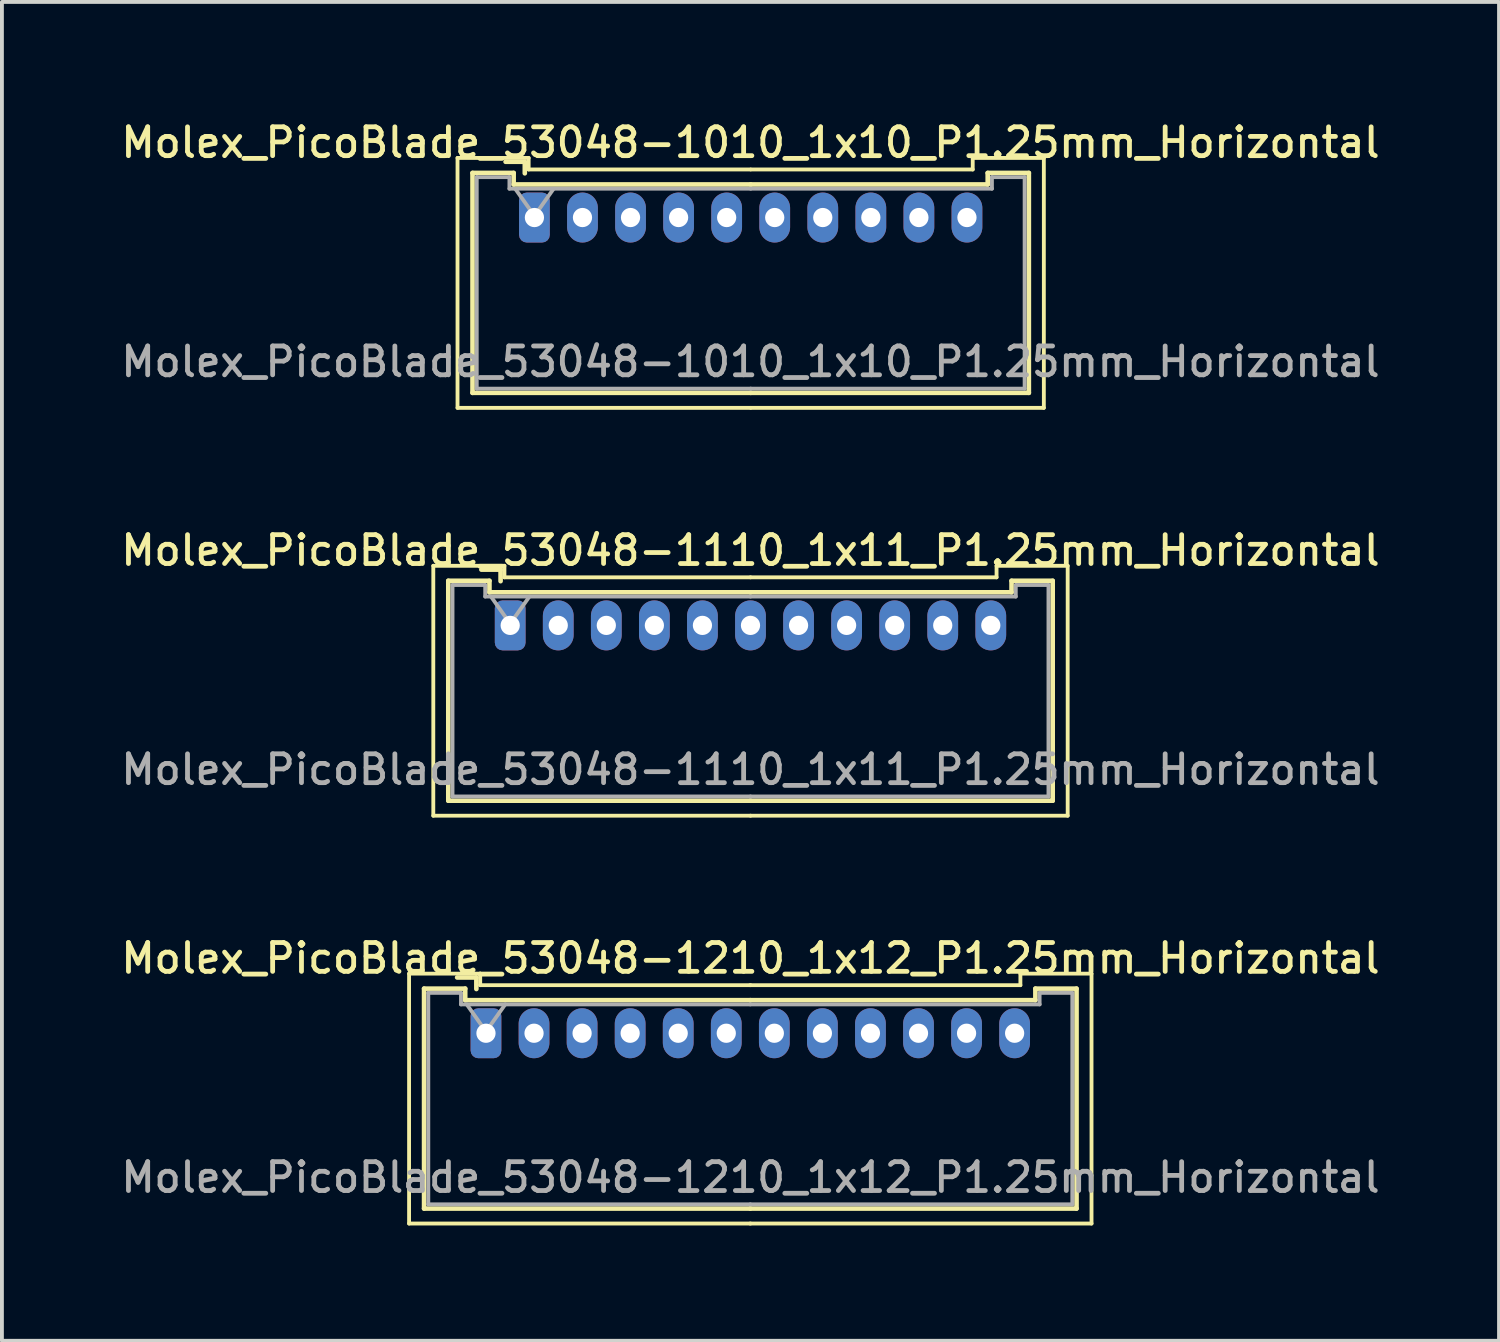
<source format=kicad_pcb>
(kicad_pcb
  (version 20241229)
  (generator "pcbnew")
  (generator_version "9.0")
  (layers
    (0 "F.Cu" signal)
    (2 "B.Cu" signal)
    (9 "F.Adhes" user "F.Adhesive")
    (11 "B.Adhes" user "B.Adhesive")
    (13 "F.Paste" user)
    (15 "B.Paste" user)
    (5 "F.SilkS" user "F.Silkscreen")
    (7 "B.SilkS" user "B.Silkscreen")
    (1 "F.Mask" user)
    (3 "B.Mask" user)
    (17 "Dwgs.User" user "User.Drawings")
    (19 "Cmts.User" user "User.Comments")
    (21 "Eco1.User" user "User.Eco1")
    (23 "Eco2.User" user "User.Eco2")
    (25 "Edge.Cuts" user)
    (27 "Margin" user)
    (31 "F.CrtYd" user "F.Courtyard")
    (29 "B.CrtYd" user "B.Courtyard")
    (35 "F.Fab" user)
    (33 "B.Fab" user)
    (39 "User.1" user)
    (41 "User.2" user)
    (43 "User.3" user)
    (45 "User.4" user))
  (footprint "Molex_PicoBlade_53048-1110_1x11_P1.25mm_Horizontal"
    (layer "F.Cu")
    (at 10.22 13.216)
    (property "Reference" "Molex_PicoBlade_53048-1110_1x11_P1.25mm_Horizontal" (at 6.25 -1.95 0) (layer "F.SilkS") (effects (font (size 0.75 0.75) (thickness 0.125))))
    (attr through_hole)
    (fp_line (start -2 -1.55) (end -2 4.95) (stroke (width 0.1) (type solid)) (layer "F.SilkS"))
    (fp_line (start -2 4.95) (end 6.25 4.95) (stroke (width 0.1) (type solid)) (layer "F.SilkS"))
    (fp_line (start -1.61 -1.16) (end -1.61 4.56) (stroke (width 0.12) (type solid)) (layer "F.SilkS"))
    (fp_line (start -1.61 4.56) (end 6.25 4.56) (stroke (width 0.12) (type solid)) (layer "F.SilkS"))
    (fp_line (start -0.54 -1.16) (end -1.61 -1.16) (stroke (width 0.12) (type solid)) (layer "F.SilkS"))
    (fp_line (start -0.54 -0.86) (end -0.54 -1.16) (stroke (width 0.12) (type solid)) (layer "F.SilkS"))
    (fp_line (start -0.25 -1.45) (end -0.75 -1.45) (stroke (width 0.12) (type solid)) (layer "F.SilkS"))
    (fp_line (start -0.25 -1.15) (end -0.25 -1.45) (stroke (width 0.12) (type solid)) (layer "F.SilkS"))
    (fp_line (start -0.15 -1.55) (end -2 -1.55) (stroke (width 0.1) (type solid)) (layer "F.SilkS"))
    (fp_line (start -0.15 -1.25) (end -0.15 -1.55) (stroke (width 0.1) (type solid)) (layer "F.SilkS"))
    (fp_line (start 6.25 -1.25) (end -0.15 -1.25) (stroke (width 0.1) (type solid)) (layer "F.SilkS"))
    (fp_line (start 6.25 -1.25) (end 12.65 -1.25) (stroke (width 0.1) (type solid)) (layer "F.SilkS"))
    (fp_line (start 6.25 -0.86) (end -0.54 -0.86) (stroke (width 0.12) (type solid)) (layer "F.SilkS"))
    (fp_line (start 6.25 -0.86) (end 13.04 -0.86) (stroke (width 0.12) (type solid)) (layer "F.SilkS"))
    (fp_line (start 12.65 -1.55) (end 14.5 -1.55) (stroke (width 0.1) (type solid)) (layer "F.SilkS"))
    (fp_line (start 12.65 -1.25) (end 12.65 -1.55) (stroke (width 0.1) (type solid)) (layer "F.SilkS"))
    (fp_line (start 13.04 -1.16) (end 14.11 -1.16) (stroke (width 0.12) (type solid)) (layer "F.SilkS"))
    (fp_line (start 13.04 -0.86) (end 13.04 -1.16) (stroke (width 0.12) (type solid)) (layer "F.SilkS"))
    (fp_line (start 14.11 -1.16) (end 14.11 4.56) (stroke (width 0.12) (type solid)) (layer "F.SilkS"))
    (fp_line (start 14.11 4.56) (end 6.25 4.56) (stroke (width 0.12) (type solid)) (layer "F.SilkS"))
    (fp_line (start 14.5 -1.55) (end 14.5 4.95) (stroke (width 0.1) (type solid)) (layer "F.SilkS"))
    (fp_line (start 14.5 4.95) (end 6.25 4.95) (stroke (width 0.1) (type solid)) (layer "F.SilkS"))
    (fp_line (start -1.5 -1.05) (end -1.5 4.45) (stroke (width 0.1) (type solid)) (layer "F.Fab"))
    (fp_line (start -1.5 4.45) (end 6.25 4.45) (stroke (width 0.1) (type solid)) (layer "F.Fab"))
    (fp_line (start -0.65 -1.05) (end -1.5 -1.05) (stroke (width 0.1) (type solid)) (layer "F.Fab"))
    (fp_line (start -0.65 -0.75) (end -0.65 -1.05) (stroke (width 0.1) (type solid)) (layer "F.Fab"))
    (fp_line (start -0.5 -0.75) (end 0 -0.043) (stroke (width 0.1) (type solid)) (layer "F.Fab"))
    (fp_line (start 0 -0.043) (end 0.5 -0.75) (stroke (width 0.1) (type solid)) (layer "F.Fab"))
    (fp_line (start 6.25 -0.75) (end -0.65 -0.75) (stroke (width 0.1) (type solid)) (layer "F.Fab"))
    (fp_line (start 6.25 -0.75) (end 13.15 -0.75) (stroke (width 0.1) (type solid)) (layer "F.Fab"))
    (fp_line (start 13.15 -1.05) (end 14 -1.05) (stroke (width 0.1) (type solid)) (layer "F.Fab"))
    (fp_line (start 13.15 -0.75) (end 13.15 -1.05) (stroke (width 0.1) (type solid)) (layer "F.Fab"))
    (fp_line (start 14 -1.05) (end 14 4.45) (stroke (width 0.1) (type solid)) (layer "F.Fab"))
    (fp_line (start 14 4.45) (end 6.25 4.45) (stroke (width 0.1) (type solid)) (layer "F.Fab"))
    (fp_text user "${REFERENCE}" (at 6.25 3.75 0) (layer "F.Fab") (effects (font (size 0.75 0.75) (thickness 0.125))))
    (pad "1" thru_hole roundrect (at 0 0) (size 0.8 1.3) (drill 0.5) (layers "*.Cu" "*.Mask") (roundrect_rratio 0.25))
    (pad "2" thru_hole oval (at 1.25 0) (size 0.8 1.3) (drill 0.5) (layers "*.Cu" "*.Mask"))
    (pad "3" thru_hole oval (at 2.5 0) (size 0.8 1.3) (drill 0.5) (layers "*.Cu" "*.Mask"))
    (pad "4" thru_hole oval (at 3.75 0) (size 0.8 1.3) (drill 0.5) (layers "*.Cu" "*.Mask"))
    (pad "5" thru_hole oval (at 5 0) (size 0.8 1.3) (drill 0.5) (layers "*.Cu" "*.Mask"))
    (pad "6" thru_hole oval (at 6.25 0) (size 0.8 1.3) (drill 0.5) (layers "*.Cu" "*.Mask"))
    (pad "7" thru_hole oval (at 7.5 0) (size 0.8 1.3) (drill 0.5) (layers "*.Cu" "*.Mask"))
    (pad "8" thru_hole oval (at 8.75 0) (size 0.8 1.3) (drill 0.5) (layers "*.Cu" "*.Mask"))
    (pad "9" thru_hole oval (at 10 0) (size 0.8 1.3) (drill 0.5) (layers "*.Cu" "*.Mask"))
    (pad "10" thru_hole oval (at 11.25 0) (size 0.8 1.3) (drill 0.5) (layers "*.Cu" "*.Mask"))
    (pad "11" thru_hole oval (at 12.5 0) (size 0.8 1.3) (drill 0.5) (layers "*.Cu" "*.Mask")))
  (footprint "Molex_PicoBlade_53048-1210_1x12_P1.25mm_Horizontal"
    (layer "F.Cu")
    (at 9.59 23.824)
    (property "Reference" "Molex_PicoBlade_53048-1210_1x12_P1.25mm_Horizontal" (at 6.88 -1.95 0) (layer "F.SilkS") (effects (font (size 0.75 0.75) (thickness 0.125))))
    (attr through_hole)
    (fp_line (start -2 -1.55) (end -2 4.95) (stroke (width 0.1) (type solid)) (layer "F.SilkS"))
    (fp_line (start -2 4.95) (end 6.88 4.95) (stroke (width 0.1) (type solid)) (layer "F.SilkS"))
    (fp_line (start -1.61 -1.16) (end -1.61 4.56) (stroke (width 0.12) (type solid)) (layer "F.SilkS"))
    (fp_line (start -1.61 4.56) (end 6.875 4.56) (stroke (width 0.12) (type solid)) (layer "F.SilkS"))
    (fp_line (start -0.54 -1.16) (end -1.61 -1.16) (stroke (width 0.12) (type solid)) (layer "F.SilkS"))
    (fp_line (start -0.54 -0.86) (end -0.54 -1.16) (stroke (width 0.12) (type solid)) (layer "F.SilkS"))
    (fp_line (start -0.25 -1.45) (end -0.75 -1.45) (stroke (width 0.12) (type solid)) (layer "F.SilkS"))
    (fp_line (start -0.25 -1.15) (end -0.25 -1.45) (stroke (width 0.12) (type solid)) (layer "F.SilkS"))
    (fp_line (start -0.15 -1.55) (end -2 -1.55) (stroke (width 0.1) (type solid)) (layer "F.SilkS"))
    (fp_line (start -0.15 -1.25) (end -0.15 -1.55) (stroke (width 0.1) (type solid)) (layer "F.SilkS"))
    (fp_line (start 6.87 -1.25) (end 13.9 -1.25) (stroke (width 0.1) (type solid)) (layer "F.SilkS"))
    (fp_line (start 6.875 -0.86) (end -0.54 -0.86) (stroke (width 0.12) (type solid)) (layer "F.SilkS"))
    (fp_line (start 6.875 -0.86) (end 14.29 -0.86) (stroke (width 0.12) (type solid)) (layer "F.SilkS"))
    (fp_line (start 6.88 -1.25) (end -0.15 -1.25) (stroke (width 0.1) (type solid)) (layer "F.SilkS"))
    (fp_line (start 13.9 -1.55) (end 15.75 -1.55) (stroke (width 0.1) (type solid)) (layer "F.SilkS"))
    (fp_line (start 13.9 -1.25) (end 13.9 -1.55) (stroke (width 0.1) (type solid)) (layer "F.SilkS"))
    (fp_line (start 14.29 -1.16) (end 15.36 -1.16) (stroke (width 0.12) (type solid)) (layer "F.SilkS"))
    (fp_line (start 14.29 -0.86) (end 14.29 -1.16) (stroke (width 0.12) (type solid)) (layer "F.SilkS"))
    (fp_line (start 15.36 -1.16) (end 15.36 4.56) (stroke (width 0.12) (type solid)) (layer "F.SilkS"))
    (fp_line (start 15.36 4.56) (end 6.875 4.56) (stroke (width 0.12) (type solid)) (layer "F.SilkS"))
    (fp_line (start 15.75 -1.55) (end 15.75 4.95) (stroke (width 0.1) (type solid)) (layer "F.SilkS"))
    (fp_line (start 15.75 4.95) (end 6.87 4.95) (stroke (width 0.1) (type solid)) (layer "F.SilkS"))
    (fp_line (start -1.5 -1.05) (end -1.5 4.45) (stroke (width 0.1) (type solid)) (layer "F.Fab"))
    (fp_line (start -1.5 4.45) (end 6.875 4.45) (stroke (width 0.1) (type solid)) (layer "F.Fab"))
    (fp_line (start -0.65 -1.05) (end -1.5 -1.05) (stroke (width 0.1) (type solid)) (layer "F.Fab"))
    (fp_line (start -0.65 -0.75) (end -0.65 -1.05) (stroke (width 0.1) (type solid)) (layer "F.Fab"))
    (fp_line (start -0.5 -0.75) (end 0 -0.043) (stroke (width 0.1) (type solid)) (layer "F.Fab"))
    (fp_line (start 0 -0.043) (end 0.5 -0.75) (stroke (width 0.1) (type solid)) (layer "F.Fab"))
    (fp_line (start 6.875 -0.75) (end -0.65 -0.75) (stroke (width 0.1) (type solid)) (layer "F.Fab"))
    (fp_line (start 6.875 -0.75) (end 14.4 -0.75) (stroke (width 0.1) (type solid)) (layer "F.Fab"))
    (fp_line (start 14.4 -1.05) (end 15.25 -1.05) (stroke (width 0.1) (type solid)) (layer "F.Fab"))
    (fp_line (start 14.4 -0.75) (end 14.4 -1.05) (stroke (width 0.1) (type solid)) (layer "F.Fab"))
    (fp_line (start 15.25 -1.05) (end 15.25 4.45) (stroke (width 0.1) (type solid)) (layer "F.Fab"))
    (fp_line (start 15.25 4.45) (end 6.875 4.45) (stroke (width 0.1) (type solid)) (layer "F.Fab"))
    (fp_text user "${REFERENCE}" (at 6.88 3.75 0) (layer "F.Fab") (effects (font (size 0.75 0.75) (thickness 0.125))))
    (pad "1" thru_hole roundrect (at 0 0) (size 0.8 1.3) (drill 0.5) (layers "*.Cu" "*.Mask") (roundrect_rratio 0.25))
    (pad "2" thru_hole oval (at 1.25 0) (size 0.8 1.3) (drill 0.5) (layers "*.Cu" "*.Mask"))
    (pad "3" thru_hole oval (at 2.5 0) (size 0.8 1.3) (drill 0.5) (layers "*.Cu" "*.Mask"))
    (pad "4" thru_hole oval (at 3.75 0) (size 0.8 1.3) (drill 0.5) (layers "*.Cu" "*.Mask"))
    (pad "5" thru_hole oval (at 5 0) (size 0.8 1.3) (drill 0.5) (layers "*.Cu" "*.Mask"))
    (pad "6" thru_hole oval (at 6.25 0) (size 0.8 1.3) (drill 0.5) (layers "*.Cu" "*.Mask"))
    (pad "7" thru_hole oval (at 7.5 0) (size 0.8 1.3) (drill 0.5) (layers "*.Cu" "*.Mask"))
    (pad "8" thru_hole oval (at 8.75 0) (size 0.8 1.3) (drill 0.5) (layers "*.Cu" "*.Mask"))
    (pad "9" thru_hole oval (at 10 0) (size 0.8 1.3) (drill 0.5) (layers "*.Cu" "*.Mask"))
    (pad "10" thru_hole oval (at 11.25 0) (size 0.8 1.3) (drill 0.5) (layers "*.Cu" "*.Mask"))
    (pad "11" thru_hole oval (at 12.5 0) (size 0.8 1.3) (drill 0.5) (layers "*.Cu" "*.Mask"))
    (pad "12" thru_hole oval (at 13.75 0) (size 0.8 1.3) (drill 0.5) (layers "*.Cu" "*.Mask")))
  (footprint "Molex_PicoBlade_53048-1010_1x10_P1.25mm_Horizontal"
    (layer "F.Cu")
    (at 10.85 2.608)
    (property "Reference" "Molex_PicoBlade_53048-1010_1x10_P1.25mm_Horizontal" (at 5.62 -1.95 0) (layer "F.SilkS") (effects (font (size 0.75 0.75) (thickness 0.125))))
    (attr through_hole)
    (fp_line (start -2 -1.55) (end -2 4.95) (stroke (width 0.1) (type solid)) (layer "F.SilkS"))
    (fp_line (start -2 4.95) (end 5.62 4.95) (stroke (width 0.1) (type solid)) (layer "F.SilkS"))
    (fp_line (start -1.61 -1.16) (end -1.61 4.56) (stroke (width 0.12) (type solid)) (layer "F.SilkS"))
    (fp_line (start -1.61 4.56) (end 5.625 4.56) (stroke (width 0.12) (type solid)) (layer "F.SilkS"))
    (fp_line (start -0.54 -1.16) (end -1.61 -1.16) (stroke (width 0.12) (type solid)) (layer "F.SilkS"))
    (fp_line (start -0.54 -0.86) (end -0.54 -1.16) (stroke (width 0.12) (type solid)) (layer "F.SilkS"))
    (fp_line (start -0.25 -1.45) (end -0.75 -1.45) (stroke (width 0.12) (type solid)) (layer "F.SilkS"))
    (fp_line (start -0.25 -1.15) (end -0.25 -1.45) (stroke (width 0.12) (type solid)) (layer "F.SilkS"))
    (fp_line (start -0.15 -1.55) (end -2 -1.55) (stroke (width 0.1) (type solid)) (layer "F.SilkS"))
    (fp_line (start -0.15 -1.25) (end -0.15 -1.55) (stroke (width 0.1) (type solid)) (layer "F.SilkS"))
    (fp_line (start 5.62 -1.25) (end -0.15 -1.25) (stroke (width 0.1) (type solid)) (layer "F.SilkS"))
    (fp_line (start 5.625 -0.86) (end -0.54 -0.86) (stroke (width 0.12) (type solid)) (layer "F.SilkS"))
    (fp_line (start 5.625 -0.86) (end 11.79 -0.86) (stroke (width 0.12) (type solid)) (layer "F.SilkS"))
    (fp_line (start 5.63 -1.25) (end 11.4 -1.25) (stroke (width 0.1) (type solid)) (layer "F.SilkS"))
    (fp_line (start 11.4 -1.55) (end 13.25 -1.55) (stroke (width 0.1) (type solid)) (layer "F.SilkS"))
    (fp_line (start 11.4 -1.25) (end 11.4 -1.55) (stroke (width 0.1) (type solid)) (layer "F.SilkS"))
    (fp_line (start 11.79 -1.16) (end 12.86 -1.16) (stroke (width 0.12) (type solid)) (layer "F.SilkS"))
    (fp_line (start 11.79 -0.86) (end 11.79 -1.16) (stroke (width 0.12) (type solid)) (layer "F.SilkS"))
    (fp_line (start 12.86 -1.16) (end 12.86 4.56) (stroke (width 0.12) (type solid)) (layer "F.SilkS"))
    (fp_line (start 12.86 4.56) (end 5.625 4.56) (stroke (width 0.12) (type solid)) (layer "F.SilkS"))
    (fp_line (start 13.25 -1.55) (end 13.25 4.95) (stroke (width 0.1) (type solid)) (layer "F.SilkS"))
    (fp_line (start 13.25 4.95) (end 5.63 4.95) (stroke (width 0.1) (type solid)) (layer "F.SilkS"))
    (fp_line (start -1.5 -1.05) (end -1.5 4.45) (stroke (width 0.1) (type solid)) (layer "F.Fab"))
    (fp_line (start -1.5 4.45) (end 5.625 4.45) (stroke (width 0.1) (type solid)) (layer "F.Fab"))
    (fp_line (start -0.65 -1.05) (end -1.5 -1.05) (stroke (width 0.1) (type solid)) (layer "F.Fab"))
    (fp_line (start -0.65 -0.75) (end -0.65 -1.05) (stroke (width 0.1) (type solid)) (layer "F.Fab"))
    (fp_line (start -0.5 -0.75) (end 0 -0.043) (stroke (width 0.1) (type solid)) (layer "F.Fab"))
    (fp_line (start 0 -0.043) (end 0.5 -0.75) (stroke (width 0.1) (type solid)) (layer "F.Fab"))
    (fp_line (start 5.625 -0.75) (end -0.65 -0.75) (stroke (width 0.1) (type solid)) (layer "F.Fab"))
    (fp_line (start 5.625 -0.75) (end 11.9 -0.75) (stroke (width 0.1) (type solid)) (layer "F.Fab"))
    (fp_line (start 11.9 -1.05) (end 12.75 -1.05) (stroke (width 0.1) (type solid)) (layer "F.Fab"))
    (fp_line (start 11.9 -0.75) (end 11.9 -1.05) (stroke (width 0.1) (type solid)) (layer "F.Fab"))
    (fp_line (start 12.75 -1.05) (end 12.75 4.45) (stroke (width 0.1) (type solid)) (layer "F.Fab"))
    (fp_line (start 12.75 4.45) (end 5.625 4.45) (stroke (width 0.1) (type solid)) (layer "F.Fab"))
    (fp_text user "${REFERENCE}" (at 5.62 3.75 0) (layer "F.Fab") (effects (font (size 0.75 0.75) (thickness 0.125))))
    (pad "1" thru_hole roundrect (at 0 0) (size 0.8 1.3) (drill 0.5) (layers "*.Cu" "*.Mask") (roundrect_rratio 0.25))
    (pad "2" thru_hole oval (at 1.25 0) (size 0.8 1.3) (drill 0.5) (layers "*.Cu" "*.Mask"))
    (pad "3" thru_hole oval (at 2.5 0) (size 0.8 1.3) (drill 0.5) (layers "*.Cu" "*.Mask"))
    (pad "4" thru_hole oval (at 3.75 0) (size 0.8 1.3) (drill 0.5) (layers "*.Cu" "*.Mask"))
    (pad "5" thru_hole oval (at 5 0) (size 0.8 1.3) (drill 0.5) (layers "*.Cu" "*.Mask"))
    (pad "6" thru_hole oval (at 6.25 0) (size 0.8 1.3) (drill 0.5) (layers "*.Cu" "*.Mask"))
    (pad "7" thru_hole oval (at 7.5 0) (size 0.8 1.3) (drill 0.5) (layers "*.Cu" "*.Mask"))
    (pad "8" thru_hole oval (at 8.75 0) (size 0.8 1.3) (drill 0.5) (layers "*.Cu" "*.Mask"))
    (pad "9" thru_hole oval (at 10 0) (size 0.8 1.3) (drill 0.5) (layers "*.Cu" "*.Mask"))
    (pad "10" thru_hole oval (at 11.25 0) (size 0.8 1.3) (drill 0.5) (layers "*.Cu" "*.Mask")))
  (gr_rect
    (start -3 -3)
    (end 35.939 31.824)
    (stroke (width 0.1) (type default))
    (fill no)
    (layer "Edge.Cuts")))
</source>
